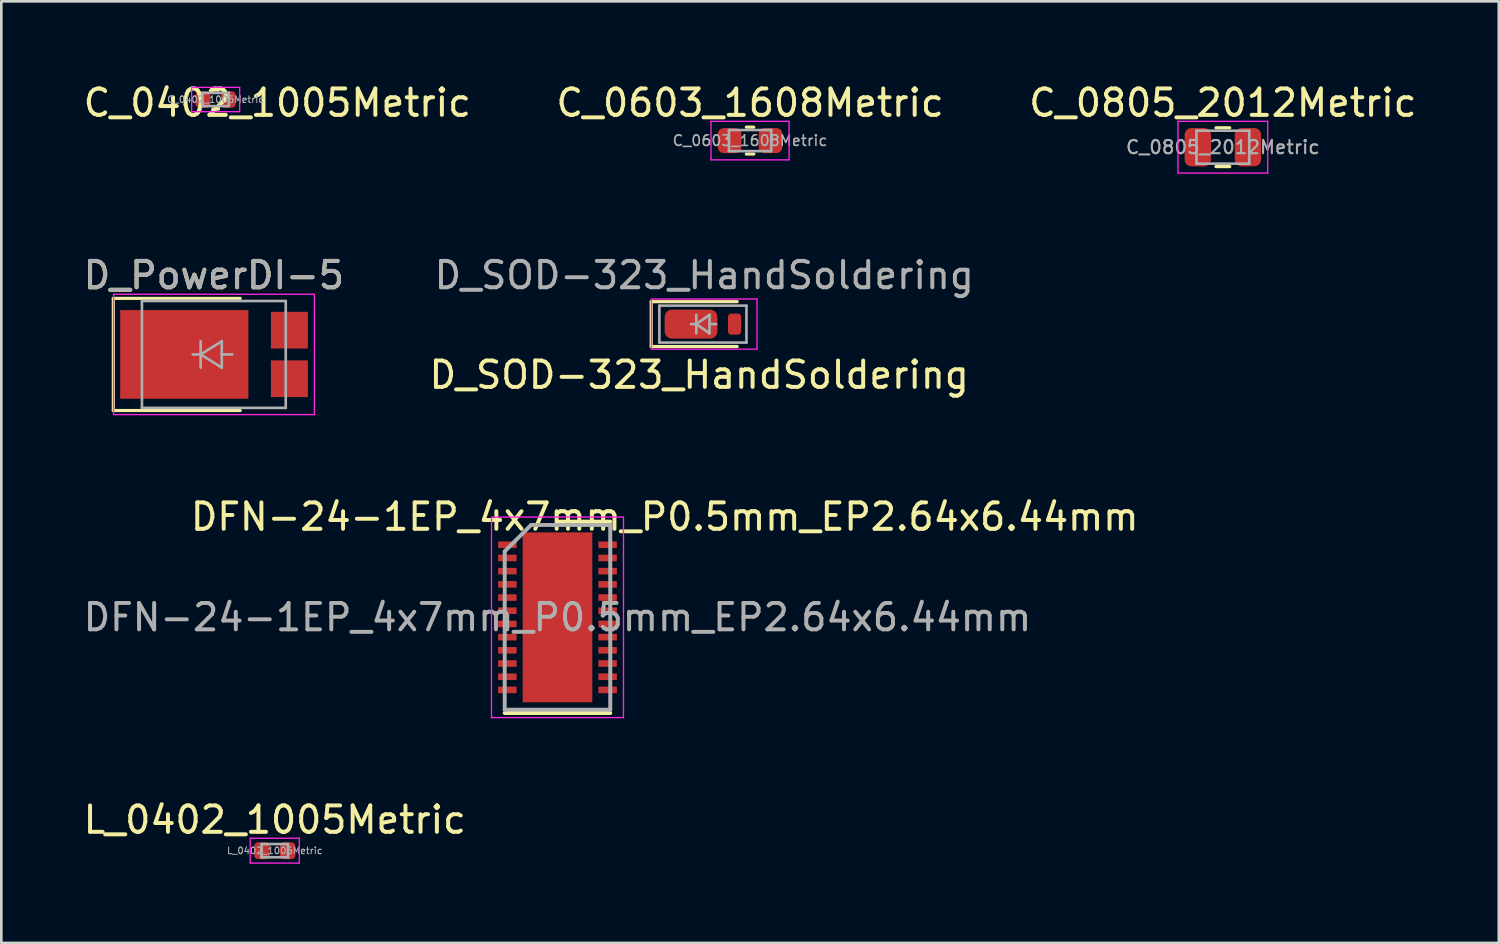
<source format=kicad_pcb>
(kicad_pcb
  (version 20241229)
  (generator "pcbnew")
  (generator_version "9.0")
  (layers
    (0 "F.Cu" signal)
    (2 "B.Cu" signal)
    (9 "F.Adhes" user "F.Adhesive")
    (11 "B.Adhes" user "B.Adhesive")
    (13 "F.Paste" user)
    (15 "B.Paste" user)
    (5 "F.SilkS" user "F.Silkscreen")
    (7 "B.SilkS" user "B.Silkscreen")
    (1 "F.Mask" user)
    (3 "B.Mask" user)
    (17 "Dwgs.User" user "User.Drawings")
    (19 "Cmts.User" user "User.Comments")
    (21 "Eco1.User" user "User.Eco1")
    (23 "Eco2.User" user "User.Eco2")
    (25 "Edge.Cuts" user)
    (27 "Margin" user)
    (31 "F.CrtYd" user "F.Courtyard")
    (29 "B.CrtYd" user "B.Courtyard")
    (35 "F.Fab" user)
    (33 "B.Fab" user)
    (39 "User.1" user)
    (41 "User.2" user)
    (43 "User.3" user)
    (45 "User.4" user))
  (footprint "D_PowerDI-5"
    (layer "F.Cu")
    (at 5.054 10.382)
    (property "Reference" "D_PowerDI-5" (at 0 -3 0) (layer "F.SilkS") (effects (font (size 1 1) (thickness 0.15))))
    (attr smd)
    (fp_line (start -3.81 2.125) (end -3.81 -2.125) (stroke (width 0.12) (type solid)) (layer "F.SilkS"))
    (fp_line (start -3.81 2.125) (end 1 2.125) (stroke (width 0.12) (type solid)) (layer "F.SilkS"))
    (fp_line (start 1 -2.125) (end -3.81 -2.125) (stroke (width 0.12) (type solid)) (layer "F.SilkS"))
    (fp_line (start -3.8 -2.28) (end 3.81 -2.28) (stroke (width 0.05) (type solid)) (layer "F.CrtYd"))
    (fp_line (start -3.8 2.28) (end -3.8 -2.28) (stroke (width 0.05) (type solid)) (layer "F.CrtYd"))
    (fp_line (start 3.81 -2.28) (end 3.81 2.28) (stroke (width 0.05) (type solid)) (layer "F.CrtYd"))
    (fp_line (start 3.81 2.28) (end -3.8 2.28) (stroke (width 0.05) (type solid)) (layer "F.CrtYd"))
    (fp_line (start -2.725 -2.025) (end 2.725 -2.025) (stroke (width 0.1) (type solid)) (layer "F.Fab"))
    (fp_line (start -2.725 2.025) (end -2.725 -2.025) (stroke (width 0.1) (type solid)) (layer "F.Fab"))
    (fp_line (start -0.8 0) (end -0.5 0) (stroke (width 0.1) (type solid)) (layer "F.Fab"))
    (fp_line (start -0.5 0) (end -0.5 -0.5) (stroke (width 0.1) (type solid)) (layer "F.Fab"))
    (fp_line (start -0.5 0) (end -0.5 0.5) (stroke (width 0.1) (type solid)) (layer "F.Fab"))
    (fp_line (start -0.5 0) (end 0.3 0.5) (stroke (width 0.1) (type solid)) (layer "F.Fab"))
    (fp_line (start 0.3 -0.5) (end -0.5 0) (stroke (width 0.1) (type solid)) (layer "F.Fab"))
    (fp_line (start 0.3 0) (end 0.7 0) (stroke (width 0.1) (type solid)) (layer "F.Fab"))
    (fp_line (start 0.3 0.5) (end 0.3 -0.5) (stroke (width 0.1) (type solid)) (layer "F.Fab"))
    (fp_line (start 2.725 -2.025) (end 2.725 2.025) (stroke (width 0.1) (type solid)) (layer "F.Fab"))
    (fp_line (start 2.725 2.025) (end -2.725 2.025) (stroke (width 0.1) (type solid)) (layer "F.Fab"))
    (fp_text user "${REFERENCE}" (at 0 -3 0) (layer "F.Fab") (effects (font (size 1 1) (thickness 0.15))))
    (pad "1" smd rect (at -1.12 0) (size 4.86 3.36) (layers "F.Cu" "F.Mask" "F.Paste"))
    (pad "2" smd rect (at 2.862 -0.92) (size 1.4 1.39) (layers "F.Cu" "F.Mask" "F.Paste"))
    (pad "2" smd rect (at 2.862 0.92) (size 1.4 1.39) (layers "F.Cu" "F.Mask" "F.Paste")))
  (footprint "C_0603_1608Metric"
    (layer "F.Cu")
    (at 25.375 2.278)
    (property "Reference" "C_0603_1608Metric" (at 0 -1.43 0) (layer "F.SilkS") (effects (font (size 1 1) (thickness 0.15))))
    (attr smd)
    (fp_line (start -0.141 -0.51) (end 0.141 -0.51) (stroke (width 0.12) (type solid)) (layer "F.SilkS"))
    (fp_line (start -0.141 0.51) (end 0.141 0.51) (stroke (width 0.12) (type solid)) (layer "F.SilkS"))
    (fp_line (start -1.48 -0.73) (end 1.48 -0.73) (stroke (width 0.05) (type solid)) (layer "F.CrtYd"))
    (fp_line (start -1.48 0.73) (end -1.48 -0.73) (stroke (width 0.05) (type solid)) (layer "F.CrtYd"))
    (fp_line (start 1.48 -0.73) (end 1.48 0.73) (stroke (width 0.05) (type solid)) (layer "F.CrtYd"))
    (fp_line (start 1.48 0.73) (end -1.48 0.73) (stroke (width 0.05) (type solid)) (layer "F.CrtYd"))
    (fp_line (start -0.8 -0.4) (end 0.8 -0.4) (stroke (width 0.1) (type solid)) (layer "F.Fab"))
    (fp_line (start -0.8 0.4) (end -0.8 -0.4) (stroke (width 0.1) (type solid)) (layer "F.Fab"))
    (fp_line (start 0.8 -0.4) (end 0.8 0.4) (stroke (width 0.1) (type solid)) (layer "F.Fab"))
    (fp_line (start 0.8 0.4) (end -0.8 0.4) (stroke (width 0.1) (type solid)) (layer "F.Fab"))
    (fp_text user "${REFERENCE}" (at 0 0 0) (layer "F.Fab") (effects (font (size 0.4 0.4) (thickness 0.06))))
    (pad "1" smd roundrect (at -0.775 0 180) (size 0.9 0.95) (layers "F.Cu" "F.Mask" "F.Paste") (roundrect_rratio 0.25))
    (pad "2" smd roundrect (at 0.775 0 180) (size 0.9 0.95) (layers "F.Cu" "F.Mask" "F.Paste") (roundrect_rratio 0.25)))
  (footprint "C_0805_2012Metric"
    (layer "F.Cu")
    (at 43.292 2.528)
    (property "Reference" "C_0805_2012Metric" (at 0 -1.68 0) (layer "F.SilkS") (effects (font (size 1 1) (thickness 0.15))))
    (attr smd)
    (fp_line (start -0.261 -0.735) (end 0.261 -0.735) (stroke (width 0.12) (type solid)) (layer "F.SilkS"))
    (fp_line (start -0.261 0.735) (end 0.261 0.735) (stroke (width 0.12) (type solid)) (layer "F.SilkS"))
    (fp_line (start -1.7 -0.98) (end 1.7 -0.98) (stroke (width 0.05) (type solid)) (layer "F.CrtYd"))
    (fp_line (start -1.7 0.98) (end -1.7 -0.98) (stroke (width 0.05) (type solid)) (layer "F.CrtYd"))
    (fp_line (start 1.7 -0.98) (end 1.7 0.98) (stroke (width 0.05) (type solid)) (layer "F.CrtYd"))
    (fp_line (start 1.7 0.98) (end -1.7 0.98) (stroke (width 0.05) (type solid)) (layer "F.CrtYd"))
    (fp_line (start -1 -0.625) (end 1 -0.625) (stroke (width 0.1) (type solid)) (layer "F.Fab"))
    (fp_line (start -1 0.625) (end -1 -0.625) (stroke (width 0.1) (type solid)) (layer "F.Fab"))
    (fp_line (start 1 -0.625) (end 1 0.625) (stroke (width 0.1) (type solid)) (layer "F.Fab"))
    (fp_line (start 1 0.625) (end -1 0.625) (stroke (width 0.1) (type solid)) (layer "F.Fab"))
    (fp_text user "${REFERENCE}" (at 0 0 0) (layer "F.Fab") (effects (font (size 0.5 0.5) (thickness 0.08))))
    (pad "1" smd roundrect (at -0.95 0 180) (size 1 1.45) (layers "F.Cu" "F.Mask" "F.Paste") (roundrect_rratio 0.25))
    (pad "2" smd roundrect (at 0.95 0 180) (size 1 1.45) (layers "F.Cu" "F.Mask" "F.Paste") (roundrect_rratio 0.25)))
  (footprint "D_SOD-323_HandSoldering"
    (layer "F.Cu")
    (at 23.638 9.232)
    (property "Reference" "D_SOD-323_HandSoldering" (at -0.191 1.925 0) (layer "F.SilkS") (effects (font (size 1 1) (thickness 0.15))))
    (attr smd)
    (fp_line (start -2.01 -0.85) (end -2.01 0.85) (stroke (width 0.12) (type solid)) (layer "F.SilkS"))
    (fp_line (start -2.01 -0.85) (end 1.25 -0.85) (stroke (width 0.12) (type solid)) (layer "F.SilkS"))
    (fp_line (start -2.01 0.85) (end 1.25 0.85) (stroke (width 0.12) (type solid)) (layer "F.SilkS"))
    (fp_line (start -2 -0.95) (end -2 0.95) (stroke (width 0.05) (type solid)) (layer "F.CrtYd"))
    (fp_line (start -2 -0.95) (end 2 -0.95) (stroke (width 0.05) (type solid)) (layer "F.CrtYd"))
    (fp_line (start -2 0.95) (end 2 0.95) (stroke (width 0.05) (type solid)) (layer "F.CrtYd"))
    (fp_line (start 2 -0.95) (end 2 0.95) (stroke (width 0.05) (type solid)) (layer "F.CrtYd"))
    (fp_line (start -1.7 -0.7) (end 1.6 -0.7) (stroke (width 0.1) (type solid)) (layer "F.Fab"))
    (fp_line (start -1.7 0.7) (end -1.7 -0.7) (stroke (width 0.1) (type solid)) (layer "F.Fab"))
    (fp_line (start -0.3 -0.35) (end -0.3 0.35) (stroke (width 0.1) (type solid)) (layer "F.Fab"))
    (fp_line (start -0.3 0) (end -0.5 0) (stroke (width 0.1) (type solid)) (layer "F.Fab"))
    (fp_line (start -0.3 0) (end 0.2 -0.35) (stroke (width 0.1) (type solid)) (layer "F.Fab"))
    (fp_line (start 0.2 -0.35) (end 0.2 0.35) (stroke (width 0.1) (type solid)) (layer "F.Fab"))
    (fp_line (start 0.2 0) (end 0.45 0) (stroke (width 0.1) (type solid)) (layer "F.Fab"))
    (fp_line (start 0.2 0.35) (end -0.3 0) (stroke (width 0.1) (type solid)) (layer "F.Fab"))
    (fp_line (start 1.6 -0.7) (end 1.6 0.7) (stroke (width 0.1) (type solid)) (layer "F.Fab"))
    (fp_line (start 1.6 0.7) (end -1.7 0.7) (stroke (width 0.1) (type solid)) (layer "F.Fab"))
    (fp_text user "${REFERENCE}" (at 0 -1.85 0) (layer "F.Fab") (effects (font (size 1 1) (thickness 0.15))))
    (pad "1" smd roundrect (at -0.5 0 180) (size 2 1.1) (layers "F.Cu" "F.Mask" "F.Paste") (roundrect_rratio 0.25))
    (pad "2" smd roundrect (at 1.15 0 180) (size 0.5 0.8) (layers "F.Cu" "F.Mask" "F.Paste") (roundrect_rratio 0.25)))
  (footprint "L_0402_1005Metric"
    (layer "F.Cu")
    (at 7.363 29.188)
    (property "Reference" "L_0402_1005Metric" (at 0 -1.17 0) (layer "F.SilkS") (effects (font (size 1 1) (thickness 0.15))))
    (attr smd)
    (fp_line (start -0.93 -0.47) (end 0.93 -0.47) (stroke (width 0.05) (type solid)) (layer "F.CrtYd"))
    (fp_line (start -0.93 0.47) (end -0.93 -0.47) (stroke (width 0.05) (type solid)) (layer "F.CrtYd"))
    (fp_line (start 0.93 -0.47) (end 0.93 0.47) (stroke (width 0.05) (type solid)) (layer "F.CrtYd"))
    (fp_line (start 0.93 0.47) (end -0.93 0.47) (stroke (width 0.05) (type solid)) (layer "F.CrtYd"))
    (fp_line (start -0.5 -0.25) (end 0.5 -0.25) (stroke (width 0.1) (type solid)) (layer "F.Fab"))
    (fp_line (start -0.5 0.25) (end -0.5 -0.25) (stroke (width 0.1) (type solid)) (layer "F.Fab"))
    (fp_line (start 0.5 -0.25) (end 0.5 0.25) (stroke (width 0.1) (type solid)) (layer "F.Fab"))
    (fp_line (start 0.5 0.25) (end -0.5 0.25) (stroke (width 0.1) (type solid)) (layer "F.Fab"))
    (fp_text user "${REFERENCE}" (at 0 0 0) (layer "F.Fab") (effects (font (size 0.25 0.25) (thickness 0.04))))
    (pad "1" smd roundrect (at -0.485 0 180) (size 0.59 0.64) (layers "F.Cu" "F.Mask" "F.Paste") (roundrect_rratio 0.25))
    (pad "2" smd roundrect (at 0.485 0 180) (size 0.59 0.64) (layers "F.Cu" "F.Mask" "F.Paste") (roundrect_rratio 0.25)))
  (footprint "C_0402_1005Metric"
    (layer "F.Cu")
    (at 5.122 0.721)
    (property "Reference" "C_0402_1005Metric" (at 2.337 0.127 0) (layer "F.SilkS") (effects (font (size 1 1) (thickness 0.15))))
    (attr smd)
    (fp_line (start -0.108 -0.36) (end 0.108 -0.36) (stroke (width 0.12) (type solid)) (layer "F.SilkS"))
    (fp_line (start -0.108 0.36) (end 0.108 0.36) (stroke (width 0.12) (type solid)) (layer "F.SilkS"))
    (fp_line (start -0.91 -0.46) (end 0.91 -0.46) (stroke (width 0.05) (type solid)) (layer "F.CrtYd"))
    (fp_line (start -0.91 0.46) (end -0.91 -0.46) (stroke (width 0.05) (type solid)) (layer "F.CrtYd"))
    (fp_line (start 0.91 -0.46) (end 0.91 0.46) (stroke (width 0.05) (type solid)) (layer "F.CrtYd"))
    (fp_line (start 0.91 0.46) (end -0.91 0.46) (stroke (width 0.05) (type solid)) (layer "F.CrtYd"))
    (fp_line (start -0.5 -0.25) (end 0.5 -0.25) (stroke (width 0.1) (type solid)) (layer "F.Fab"))
    (fp_line (start -0.5 0.25) (end -0.5 -0.25) (stroke (width 0.1) (type solid)) (layer "F.Fab"))
    (fp_line (start 0.5 -0.25) (end 0.5 0.25) (stroke (width 0.1) (type solid)) (layer "F.Fab"))
    (fp_line (start 0.5 0.25) (end -0.5 0.25) (stroke (width 0.1) (type solid)) (layer "F.Fab"))
    (fp_text user "${REFERENCE}" (at 0 0 0) (layer "F.Fab") (effects (font (size 0.25 0.25) (thickness 0.04))))
    (pad "1" smd roundrect (at -0.48 0 180) (size 0.56 0.62) (layers "F.Cu" "F.Mask" "F.Paste") (roundrect_rratio 0.25))
    (pad "2" smd roundrect (at 0.48 0 180) (size 0.56 0.62) (layers "F.Cu" "F.Mask" "F.Paste") (roundrect_rratio 0.25)))
  (footprint "DFN-24-1EP_4x7mm_P0.5mm_EP2.64x6.44mm"
    (layer "F.Cu")
    (at 18.077 20.345)
    (property "Reference" "DFN-24-1EP_4x7mm_P0.5mm_EP2.64x6.44mm" (at 4.064 -3.81 0) (layer "F.SilkS") (effects (font (size 1 1) (thickness 0.15))))
    (attr smd)
    (fp_line (start -2 3.625) (end 2 3.625) (stroke (width 0.15) (type solid)) (layer "F.SilkS"))
    (fp_line (start 0 -3.625) (end 2 -3.625) (stroke (width 0.15) (type solid)) (layer "F.SilkS"))
    (fp_line (start -2.5 -3.8) (end -2.5 3.8) (stroke (width 0.05) (type solid)) (layer "F.CrtYd"))
    (fp_line (start -2.5 -3.8) (end 2.5 -3.8) (stroke (width 0.05) (type solid)) (layer "F.CrtYd"))
    (fp_line (start -2.5 3.8) (end 2.5 3.8) (stroke (width 0.05) (type solid)) (layer "F.CrtYd"))
    (fp_line (start 2.5 -3.8) (end 2.5 3.8) (stroke (width 0.05) (type solid)) (layer "F.CrtYd"))
    (fp_line (start -2 -2.5) (end -1 -3.5) (stroke (width 0.15) (type solid)) (layer "F.Fab"))
    (fp_line (start -2 3.5) (end -2 -2.5) (stroke (width 0.15) (type solid)) (layer "F.Fab"))
    (fp_line (start -1 -3.5) (end 2 -3.5) (stroke (width 0.15) (type solid)) (layer "F.Fab"))
    (fp_line (start 2 -3.5) (end 2 3.5) (stroke (width 0.15) (type solid)) (layer "F.Fab"))
    (fp_line (start 2 3.5) (end -2 3.5) (stroke (width 0.15) (type solid)) (layer "F.Fab"))
    (fp_text user "${REFERENCE}" (at 0 0 0) (layer "F.Fab") (effects (font (size 1 1) (thickness 0.15))))
    (pad "" smd rect (at -0.66 -2.56 180) (size 1.05 1.05) (layers "F.Paste"))
    (pad "" smd rect (at -0.66 -1.28 180) (size 1.05 1.05) (layers "F.Paste"))
    (pad "" smd rect (at -0.66 0 180) (size 1.05 1.05) (layers "F.Paste"))
    (pad "" smd rect (at -0.66 1.28 180) (size 1.05 1.05) (layers "F.Paste"))
    (pad "" smd rect (at -0.66 2.56 180) (size 1.05 1.05) (layers "F.Paste"))
    (pad "" smd rect (at 0.66 -2.56 180) (size 1.05 1.05) (layers "F.Paste"))
    (pad "" smd rect (at 0.66 -1.28 180) (size 1.05 1.05) (layers "F.Paste"))
    (pad "" smd rect (at 0.66 0 180) (size 1.05 1.05) (layers "F.Paste"))
    (pad "" smd rect (at 0.66 1.28 180) (size 1.05 1.05) (layers "F.Paste"))
    (pad "" smd rect (at 0.66 2.56 180) (size 1.05 1.05) (layers "F.Paste"))
    (pad "1" smd rect (at -1.9 -2.75 180) (size 0.7 0.25) (layers "F.Cu" "F.Mask" "F.Paste"))
    (pad "2" smd rect (at -1.9 -2.25 180) (size 0.7 0.25) (layers "F.Cu" "F.Mask" "F.Paste"))
    (pad "3" smd rect (at -1.9 -1.75 180) (size 0.7 0.25) (layers "F.Cu" "F.Mask" "F.Paste"))
    (pad "4" smd rect (at -1.9 -1.25 180) (size 0.7 0.25) (layers "F.Cu" "F.Mask" "F.Paste"))
    (pad "5" smd rect (at -1.9 -0.75 180) (size 0.7 0.25) (layers "F.Cu" "F.Mask" "F.Paste"))
    (pad "6" smd rect (at -1.9 -0.25 180) (size 0.7 0.25) (layers "F.Cu" "F.Mask" "F.Paste"))
    (pad "7" smd rect (at -1.9 0.25 180) (size 0.7 0.25) (layers "F.Cu" "F.Mask" "F.Paste"))
    (pad "8" smd rect (at -1.9 0.75 180) (size 0.7 0.25) (layers "F.Cu" "F.Mask" "F.Paste"))
    (pad "9" smd rect (at -1.9 1.25 180) (size 0.7 0.25) (layers "F.Cu" "F.Mask" "F.Paste"))
    (pad "10" smd rect (at -1.9 1.75 180) (size 0.7 0.25) (layers "F.Cu" "F.Mask" "F.Paste"))
    (pad "11" smd rect (at -1.9 2.25 180) (size 0.7 0.25) (layers "F.Cu" "F.Mask" "F.Paste"))
    (pad "12" smd rect (at -1.9 2.75 180) (size 0.7 0.25) (layers "F.Cu" "F.Mask" "F.Paste"))
    (pad "13" smd rect (at 1.9 2.75 180) (size 0.7 0.25) (layers "F.Cu" "F.Mask" "F.Paste"))
    (pad "14" smd rect (at 1.9 2.25 180) (size 0.7 0.25) (layers "F.Cu" "F.Mask" "F.Paste"))
    (pad "15" smd rect (at 1.9 1.75 180) (size 0.7 0.25) (layers "F.Cu" "F.Mask" "F.Paste"))
    (pad "16" smd rect (at 1.9 1.25 180) (size 0.7 0.25) (layers "F.Cu" "F.Mask" "F.Paste"))
    (pad "17" smd rect (at 1.9 0.75 180) (size 0.7 0.25) (layers "F.Cu" "F.Mask" "F.Paste"))
    (pad "18" smd rect (at 1.9 0.25 180) (size 0.7 0.25) (layers "F.Cu" "F.Mask" "F.Paste"))
    (pad "19" smd rect (at 1.9 -0.25 180) (size 0.7 0.25) (layers "F.Cu" "F.Mask" "F.Paste"))
    (pad "20" smd rect (at 1.9 -0.75 180) (size 0.7 0.25) (layers "F.Cu" "F.Mask" "F.Paste"))
    (pad "21" smd rect (at 1.9 -1.25 180) (size 0.7 0.25) (layers "F.Cu" "F.Mask" "F.Paste"))
    (pad "22" smd rect (at 1.9 -1.75 180) (size 0.7 0.25) (layers "F.Cu" "F.Mask" "F.Paste"))
    (pad "23" smd rect (at 1.9 -2.25 180) (size 0.7 0.25) (layers "F.Cu" "F.Mask" "F.Paste"))
    (pad "24" smd rect (at 1.9 -2.75 180) (size 0.7 0.25) (layers "F.Cu" "F.Mask" "F.Paste"))
    (pad "25" smd rect (at 0 0 180) (size 2.64 6.44) (layers "F.Cu" "F.Mask")))
  (gr_rect
    (start -3 -3)
    (end 53.75 32.683)
    (stroke (width 0.1) (type default))
    (fill no)
    (layer "Edge.Cuts")))
</source>
